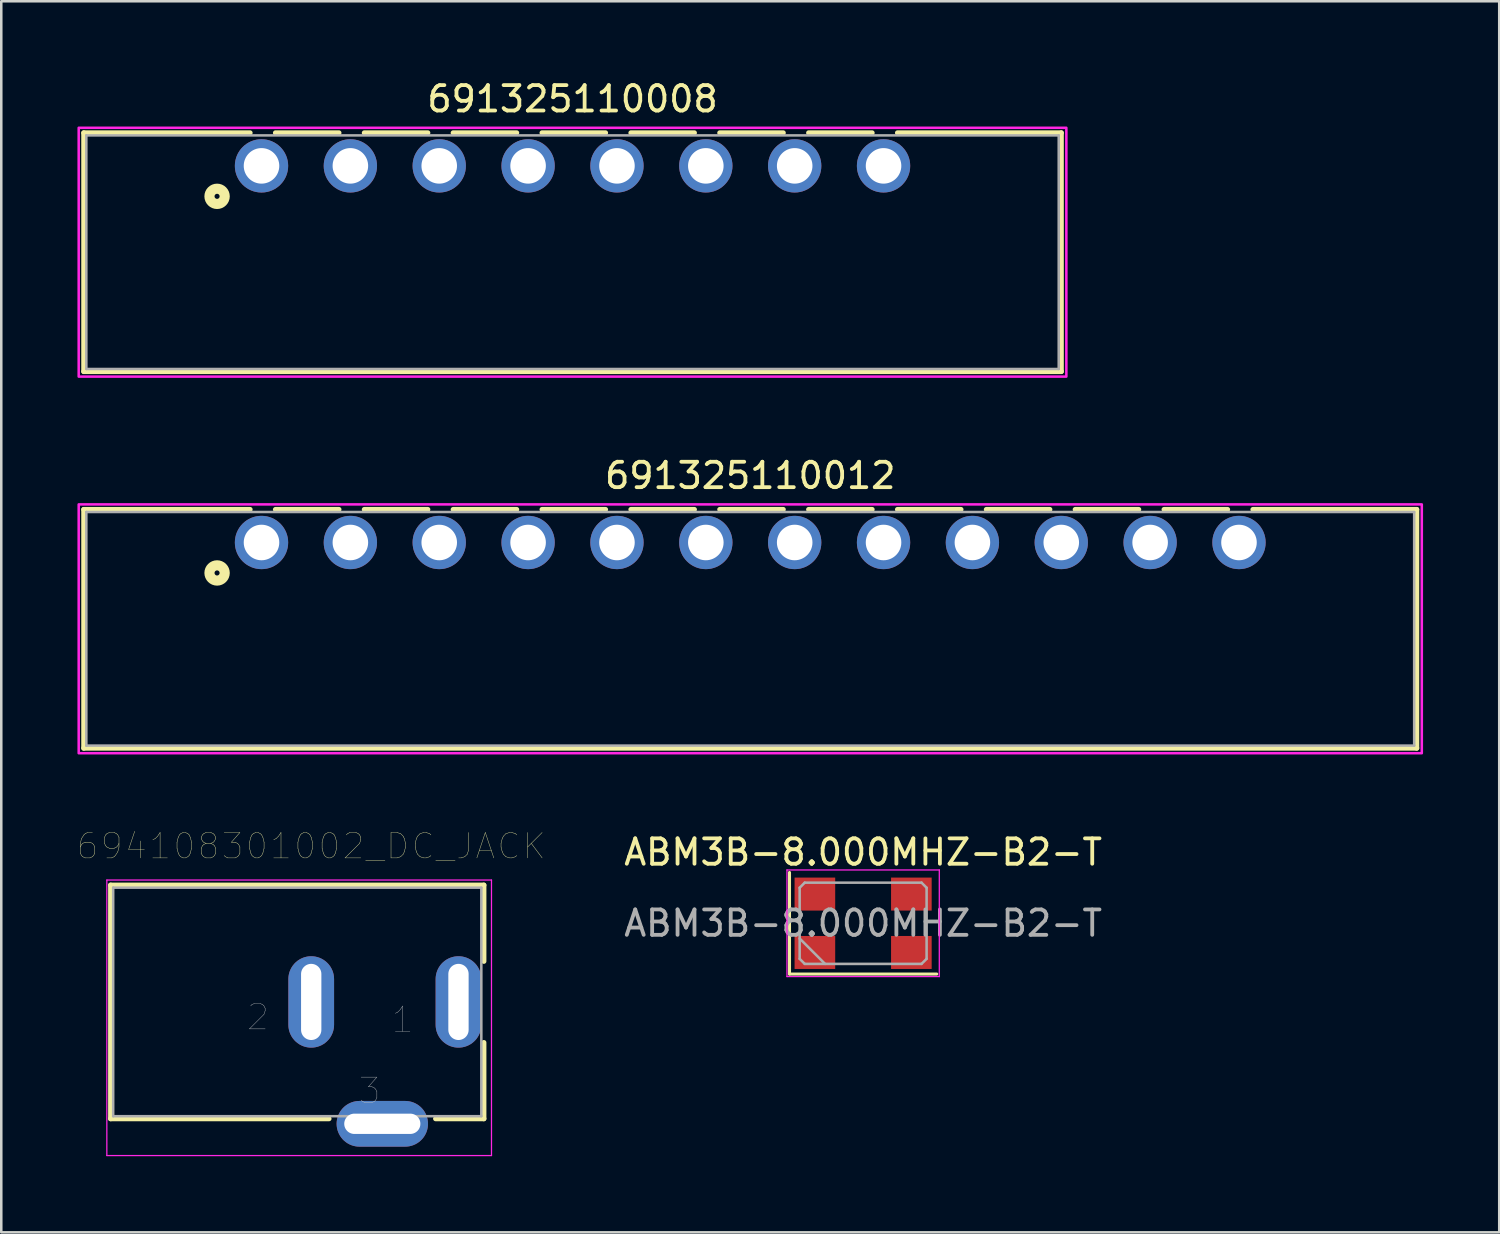
<source format=kicad_pcb>
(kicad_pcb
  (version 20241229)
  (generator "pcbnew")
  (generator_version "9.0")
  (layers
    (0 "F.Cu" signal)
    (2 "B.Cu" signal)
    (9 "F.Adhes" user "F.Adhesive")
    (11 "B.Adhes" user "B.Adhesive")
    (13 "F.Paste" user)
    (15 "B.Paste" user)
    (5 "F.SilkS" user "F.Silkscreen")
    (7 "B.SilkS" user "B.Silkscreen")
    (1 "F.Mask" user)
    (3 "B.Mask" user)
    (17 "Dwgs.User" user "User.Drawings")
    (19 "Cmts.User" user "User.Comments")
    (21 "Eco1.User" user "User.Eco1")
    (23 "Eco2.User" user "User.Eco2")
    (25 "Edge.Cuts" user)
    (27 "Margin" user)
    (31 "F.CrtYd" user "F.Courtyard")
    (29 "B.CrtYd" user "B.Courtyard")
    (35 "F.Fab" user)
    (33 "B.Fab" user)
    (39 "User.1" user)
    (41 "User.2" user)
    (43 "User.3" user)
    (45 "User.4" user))
  (footprint "ABM3B-8.000MHZ-B2-T"
    (layer "F.Cu")
    (at 30.946 33.315)
    (property "Reference" "ABM3B-8.000MHZ-B2-T" (at 0 -2.8 0) (layer "F.SilkS") (effects (font (size 1 1) (thickness 0.15))))
    (attr smd)
    (fp_line (start -2.9 -2) (end -2.9 2) (stroke (width 0.12) (type solid)) (layer "F.SilkS"))
    (fp_line (start -2.9 2) (end 2.9 2) (stroke (width 0.12) (type solid)) (layer "F.SilkS"))
    (fp_line (start -3 -2.1) (end -3 2.1) (stroke (width 0.05) (type solid)) (layer "F.CrtYd"))
    (fp_line (start -3 2.1) (end 3 2.1) (stroke (width 0.05) (type solid)) (layer "F.CrtYd"))
    (fp_line (start 3 -2.1) (end -3 -2.1) (stroke (width 0.05) (type solid)) (layer "F.CrtYd"))
    (fp_line (start 3 2.1) (end 3 -2.1) (stroke (width 0.05) (type solid)) (layer "F.CrtYd"))
    (fp_line (start -2.5 -1.4) (end -2.3 -1.6) (stroke (width 0.1) (type solid)) (layer "F.Fab"))
    (fp_line (start -2.5 0.6) (end -1.5 1.6) (stroke (width 0.1) (type solid)) (layer "F.Fab"))
    (fp_line (start -2.5 1.4) (end -2.5 -1.4) (stroke (width 0.1) (type solid)) (layer "F.Fab"))
    (fp_line (start -2.3 -1.6) (end 2.3 -1.6) (stroke (width 0.1) (type solid)) (layer "F.Fab"))
    (fp_line (start -2.3 1.6) (end -2.5 1.4) (stroke (width 0.1) (type solid)) (layer "F.Fab"))
    (fp_line (start 2.3 -1.6) (end 2.5 -1.4) (stroke (width 0.1) (type solid)) (layer "F.Fab"))
    (fp_line (start 2.3 1.6) (end -2.3 1.6) (stroke (width 0.1) (type solid)) (layer "F.Fab"))
    (fp_line (start 2.5 -1.4) (end 2.5 1.4) (stroke (width 0.1) (type solid)) (layer "F.Fab"))
    (fp_line (start 2.5 1.4) (end 2.3 1.6) (stroke (width 0.1) (type solid)) (layer "F.Fab"))
    (fp_text user "${REFERENCE}" (at 0 0 0) (layer "F.Fab") (effects (font (size 1 1) (thickness 0.15))))
    (pad "1" smd rect (at -1.9 1.15) (size 1.6 1.3) (layers "F.Cu" "F.Mask" "F.Paste"))
    (pad "2" smd rect (at 1.9 1.15) (size 1.6 1.3) (layers "F.Cu" "F.Mask" "F.Paste"))
    (pad "3" smd rect (at 1.9 -1.15) (size 1.6 1.3) (layers "F.Cu" "F.Mask" "F.Paste"))
    (pad "4" smd rect (at -1.9 -1.15) (size 1.6 1.3) (layers "F.Cu" "F.Mask" "F.Paste")))
  (footprint "694108301002_DC_JACK"
    (layer "F.Cu")
    (at 9.208 36.413)
    (property "Reference" "694108301002_DC_JACK" (at 0 -6.135 0) (layer "F.SilkS") (effects (font (size 1 1) (thickness 0.015))))
    (attr through_hole)
    (fp_line (start -7.9 -4.6) (end -7.9 4.6) (stroke (width 0.2) (type solid)) (layer "F.SilkS"))
    (fp_line (start 0.7 4.6) (end -7.9 4.6) (stroke (width 0.2) (type solid)) (layer "F.SilkS"))
    (fp_line (start 6.8 -4.6) (end -7.9 -4.6) (stroke (width 0.2) (type solid)) (layer "F.SilkS"))
    (fp_line (start 6.8 -4.6) (end 6.8 -1.6) (stroke (width 0.2) (type solid)) (layer "F.SilkS"))
    (fp_line (start 6.8 1.6) (end 6.8 4.6) (stroke (width 0.2) (type solid)) (layer "F.SilkS"))
    (fp_line (start 6.8 4.6) (end 4.9 4.6) (stroke (width 0.2) (type solid)) (layer "F.SilkS"))
    (fp_line (start -8.05 6.05) (end -8.05 -4.8) (stroke (width 0.05) (type solid)) (layer "F.CrtYd"))
    (fp_line (start -8.05 6.05) (end 7.1 6.05) (stroke (width 0.05) (type solid)) (layer "F.CrtYd"))
    (fp_line (start 7.1 -4.8) (end -8.05 -4.8) (stroke (width 0.05) (type solid)) (layer "F.CrtYd"))
    (fp_line (start 7.1 6.05) (end 7.1 -4.8) (stroke (width 0.05) (type solid)) (layer "F.CrtYd"))
    (fp_line (start -7.8 -4.5) (end 6.7 -4.5) (stroke (width 0.1) (type solid)) (layer "F.Fab"))
    (fp_line (start -7.8 4.5) (end -7.8 -4.5) (stroke (width 0.1) (type solid)) (layer "F.Fab"))
    (fp_line (start 6.7 -4.5) (end 6.7 4.5) (stroke (width 0.1) (type solid)) (layer "F.Fab"))
    (fp_line (start 6.7 4.5) (end -7.8 4.5) (stroke (width 0.1) (type solid)) (layer "F.Fab"))
    (fp_text user "1" (at 3.6 0.7 0) (layer "Dwgs.User") (effects (font (size 1 1) (thickness 0.015))))
    (fp_text user "2" (at -2.1 0.6 0) (layer "Dwgs.User") (effects (font (size 1 1) (thickness 0.015))))
    (fp_text user "3" (at 2.3 3.5 0) (layer "Dwgs.User") (effects (font (size 1 1) (thickness 0.015))))
    (pad "1" thru_hole oval (at 5.8 0) (size 1.8 3.6) (drill oval 0.8 3) (layers "*.Cu" "*.Mask"))
    (pad "2" thru_hole oval (at 0 0) (size 1.8 3.6) (drill oval 0.8 3) (layers "*.Cu" "*.Mask"))
    (pad "3" thru_hole oval (at 2.8 4.8) (size 3.6 1.8) (drill oval 3 0.8) (layers "*.Cu" "*.Mask")))
  (footprint "691325110012"
    (layer "F.Cu")
    (at 26.5 18.317)
    (property "Reference" "691325110012" (at 0 -2.635 0) (layer "F.SilkS") (effects (font (size 1 1) (thickness 0.15))))
    (attr through_hole)
    (fp_line (start -26.25 -1.3) (end -19.7 -1.3) (stroke (width 0.2) (type solid)) (layer "F.SilkS"))
    (fp_line (start -26.25 8.1) (end -26.25 -1.3) (stroke (width 0.2) (type solid)) (layer "F.SilkS"))
    (fp_line (start -18.7 -1.3) (end -16.2 -1.3) (stroke (width 0.2) (type solid)) (layer "F.SilkS"))
    (fp_line (start -15.2 -1.3) (end -12.7 -1.3) (stroke (width 0.2) (type solid)) (layer "F.SilkS"))
    (fp_line (start -11.7 -1.3) (end -9.2 -1.3) (stroke (width 0.2) (type solid)) (layer "F.SilkS"))
    (fp_line (start -8.2 -1.3) (end -5.7 -1.3) (stroke (width 0.2) (type solid)) (layer "F.SilkS"))
    (fp_line (start -4.7 -1.3) (end -2.2 -1.3) (stroke (width 0.2) (type solid)) (layer "F.SilkS"))
    (fp_line (start -1.2 -1.3) (end 1.3 -1.3) (stroke (width 0.2) (type solid)) (layer "F.SilkS"))
    (fp_line (start 2.3 -1.3) (end 4.8 -1.3) (stroke (width 0.2) (type solid)) (layer "F.SilkS"))
    (fp_line (start 5.8 -1.3) (end 8.3 -1.3) (stroke (width 0.2) (type solid)) (layer "F.SilkS"))
    (fp_line (start 9.3 -1.3) (end 11.8 -1.3) (stroke (width 0.2) (type solid)) (layer "F.SilkS"))
    (fp_line (start 12.8 -1.3) (end 15.3 -1.3) (stroke (width 0.2) (type solid)) (layer "F.SilkS"))
    (fp_line (start 16.3 -1.3) (end 18.8 -1.3) (stroke (width 0.2) (type solid)) (layer "F.SilkS"))
    (fp_line (start 19.8 -1.3) (end 26.25 -1.3) (stroke (width 0.2) (type solid)) (layer "F.SilkS"))
    (fp_line (start 26.25 -1.3) (end 26.25 8.1) (stroke (width 0.2) (type solid)) (layer "F.SilkS"))
    (fp_line (start 26.25 8.1) (end -26.25 8.1) (stroke (width 0.2) (type solid)) (layer "F.SilkS"))
    (fp_circle (center -21 1.2) (end -20.9 1.2) (stroke (width 0.4) (type solid)) (fill no) (layer "F.SilkS"))
    (fp_poly (pts (xy -26.45 -1.5) (xy 26.45 -1.5) (xy 26.45 8.3) (xy -26.45 8.3)) (stroke (width 0.1) (type solid)) (fill no) (layer "F.CrtYd"))
    (fp_line (start -26.15 -1.2) (end -26.15 8) (stroke (width 0.1) (type solid)) (layer "F.Fab"))
    (fp_line (start -26.15 8) (end 26.15 8) (stroke (width 0.1) (type solid)) (layer "F.Fab"))
    (fp_line (start 26.15 -1.2) (end -26.15 -1.2) (stroke (width 0.1) (type solid)) (layer "F.Fab"))
    (fp_line (start 26.15 8) (end 26.15 -1.2) (stroke (width 0.1) (type solid)) (layer "F.Fab"))
    (pad "1" thru_hole circle (at -19.25 0) (size 2.1 2.1) (drill 1.4) (layers "*.Cu" "*.Mask"))
    (pad "2" thru_hole circle (at -15.75 0) (size 2.1 2.1) (drill 1.4) (layers "*.Cu" "*.Mask"))
    (pad "3" thru_hole circle (at -12.25 0) (size 2.1 2.1) (drill 1.4) (layers "*.Cu" "*.Mask"))
    (pad "4" thru_hole circle (at -8.75 0) (size 2.1 2.1) (drill 1.4) (layers "*.Cu" "*.Mask"))
    (pad "5" thru_hole circle (at -5.25 0) (size 2.1 2.1) (drill 1.4) (layers "*.Cu" "*.Mask"))
    (pad "6" thru_hole circle (at -1.75 0) (size 2.1 2.1) (drill 1.4) (layers "*.Cu" "*.Mask"))
    (pad "7" thru_hole circle (at 1.75 0) (size 2.1 2.1) (drill 1.4) (layers "*.Cu" "*.Mask"))
    (pad "8" thru_hole circle (at 5.25 0) (size 2.1 2.1) (drill 1.4) (layers "*.Cu" "*.Mask"))
    (pad "9" thru_hole circle (at 8.75 0) (size 2.1 2.1) (drill 1.4) (layers "*.Cu" "*.Mask"))
    (pad "10" thru_hole circle (at 12.25 0) (size 2.1 2.1) (drill 1.4) (layers "*.Cu" "*.Mask"))
    (pad "11" thru_hole circle (at 15.75 0) (size 2.1 2.1) (drill 1.4) (layers "*.Cu" "*.Mask"))
    (pad "12" thru_hole circle (at 19.25 0) (size 2.1 2.1) (drill 1.4) (layers "*.Cu" "*.Mask")))
  (footprint "691325110008"
    (layer "F.Cu")
    (at 19.5 3.483)
    (property "Reference" "691325110008" (at 0 -2.635 0) (layer "F.SilkS") (effects (font (size 1 1) (thickness 0.15))))
    (attr through_hole)
    (fp_line (start -19.25 -1.3) (end -12.7 -1.3) (stroke (width 0.2) (type solid)) (layer "F.SilkS"))
    (fp_line (start -19.25 8.1) (end -19.25 -1.3) (stroke (width 0.2) (type solid)) (layer "F.SilkS"))
    (fp_line (start -11.7 -1.3) (end -9.2 -1.3) (stroke (width 0.2) (type solid)) (layer "F.SilkS"))
    (fp_line (start -8.2 -1.3) (end -5.7 -1.3) (stroke (width 0.2) (type solid)) (layer "F.SilkS"))
    (fp_line (start -4.7 -1.3) (end -2.2 -1.3) (stroke (width 0.2) (type solid)) (layer "F.SilkS"))
    (fp_line (start -1.2 -1.3) (end 1.3 -1.3) (stroke (width 0.2) (type solid)) (layer "F.SilkS"))
    (fp_line (start 2.3 -1.3) (end 4.8 -1.3) (stroke (width 0.2) (type solid)) (layer "F.SilkS"))
    (fp_line (start 5.8 -1.3) (end 8.3 -1.3) (stroke (width 0.2) (type solid)) (layer "F.SilkS"))
    (fp_line (start 9.3 -1.3) (end 11.8 -1.3) (stroke (width 0.2) (type solid)) (layer "F.SilkS"))
    (fp_line (start 12.8 -1.3) (end 19.25 -1.3) (stroke (width 0.2) (type solid)) (layer "F.SilkS"))
    (fp_line (start 19.25 -1.3) (end 19.25 8.1) (stroke (width 0.2) (type solid)) (layer "F.SilkS"))
    (fp_line (start 19.25 8.1) (end -19.25 8.1) (stroke (width 0.2) (type solid)) (layer "F.SilkS"))
    (fp_circle (center -14 1.2) (end -13.9 1.2) (stroke (width 0.4) (type solid)) (fill no) (layer "F.SilkS"))
    (fp_poly (pts (xy -19.45 -1.5) (xy 19.45 -1.5) (xy 19.45 8.3) (xy -19.45 8.3)) (stroke (width 0.1) (type solid)) (fill no) (layer "F.CrtYd"))
    (fp_line (start -19.15 -1.2) (end -19.15 8) (stroke (width 0.1) (type solid)) (layer "F.Fab"))
    (fp_line (start -19.15 8) (end 19.15 8) (stroke (width 0.1) (type solid)) (layer "F.Fab"))
    (fp_line (start 19.15 -1.2) (end -19.15 -1.2) (stroke (width 0.1) (type solid)) (layer "F.Fab"))
    (fp_line (start 19.15 8) (end 19.15 -1.2) (stroke (width 0.1) (type solid)) (layer "F.Fab"))
    (pad "1" thru_hole circle (at -12.25 0) (size 2.1 2.1) (drill 1.4) (layers "*.Cu" "*.Mask"))
    (pad "2" thru_hole circle (at -8.75 0) (size 2.1 2.1) (drill 1.4) (layers "*.Cu" "*.Mask"))
    (pad "3" thru_hole circle (at -5.25 0) (size 2.1 2.1) (drill 1.4) (layers "*.Cu" "*.Mask"))
    (pad "4" thru_hole circle (at -1.75 0) (size 2.1 2.1) (drill 1.4) (layers "*.Cu" "*.Mask"))
    (pad "5" thru_hole circle (at 1.75 0) (size 2.1 2.1) (drill 1.4) (layers "*.Cu" "*.Mask"))
    (pad "6" thru_hole circle (at 5.25 0) (size 2.1 2.1) (drill 1.4) (layers "*.Cu" "*.Mask"))
    (pad "7" thru_hole circle (at 8.75 0) (size 2.1 2.1) (drill 1.4) (layers "*.Cu" "*.Mask"))
    (pad "8" thru_hole circle (at 12.25 0) (size 2.1 2.1) (drill 1.4) (layers "*.Cu" "*.Mask")))
  (gr_rect
    (start -3 -3)
    (end 56 45.488)
    (stroke (width 0.1) (type default))
    (fill no)
    (layer "Edge.Cuts")))
</source>
